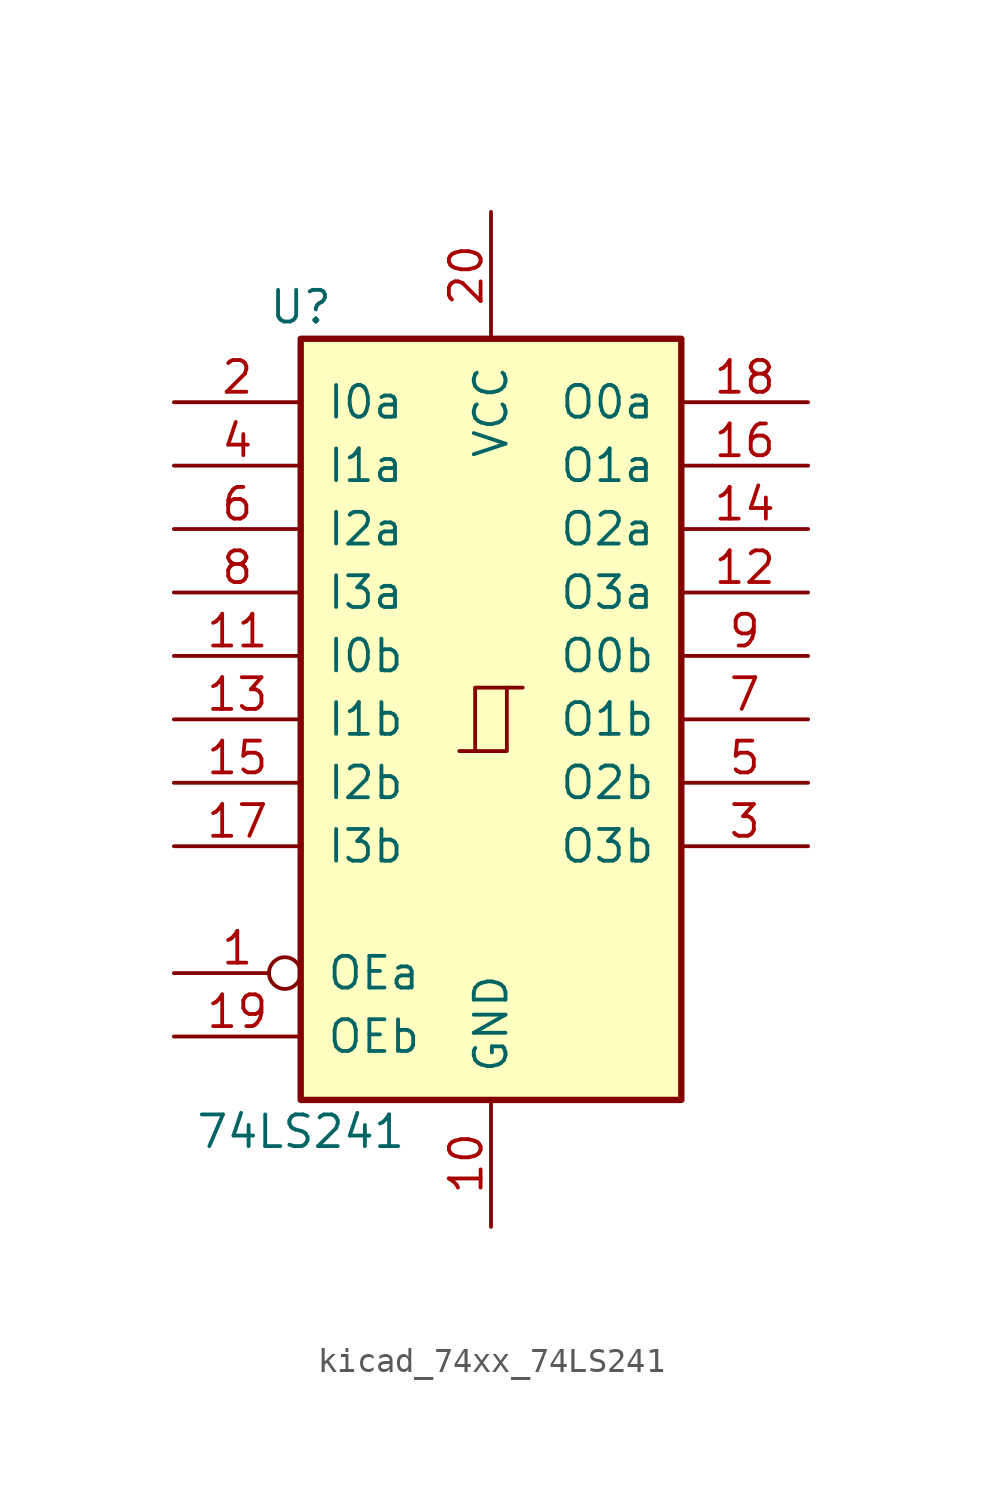
<source format=kicad_sym>
(kicad_symbol_lib
  (version 20220914)
  (generator kicad_symbol_editor)
  (symbol "kicad_74xx_74LS241"
    (pin_names
      (offset 1.016))
    (property "Reference" "U"
      (at -7.62 16.51 0)
      (effects (font (size 1.27 1.27))))
    (property "Value" "74LS241"
      (at -7.62 -16.51 0)
      (effects (font (size 1.27 1.27))))
    (symbol "kicad_74xx_74LS241_1_0"
      (polyline (pts (xy -0.635 -1.27) (xy -0.635 1.27) (xy 0.635 1.27)) (stroke (width 0) (type default)) (fill (type none)))
      (polyline (pts (xy -1.27 -1.27) (xy 0.635 -1.27) (xy 0.635 1.27) (xy 1.27 1.27)) (stroke (width 0) (type default)) (fill (type none)))
      (pin input inverted (at -12.7 -10.16 0) (length 5.08) (name "OEa" (effects (font (size 1.27 1.27)))) (number "1" (effects (font (size 1.27 1.27)))))
      (pin power_in line (at 0 -20.32 90) (length 5.08) (name "GND" (effects (font (size 1.27 1.27)))) (number "10" (effects (font (size 1.27 1.27)))))
      (pin input line (at -12.7 2.54 0) (length 5.08) (name "I0b" (effects (font (size 1.27 1.27)))) (number "11" (effects (font (size 1.27 1.27)))))
      (pin tri_state line (at 12.7 5.08 180) (length 5.08) (name "O3a" (effects (font (size 1.27 1.27)))) (number "12" (effects (font (size 1.27 1.27)))))
      (pin input line (at -12.7 0 0) (length 5.08) (name "I1b" (effects (font (size 1.27 1.27)))) (number "13" (effects (font (size 1.27 1.27)))))
      (pin tri_state line (at 12.7 7.62 180) (length 5.08) (name "O2a" (effects (font (size 1.27 1.27)))) (number "14" (effects (font (size 1.27 1.27)))))
      (pin input line (at -12.7 -2.54 0) (length 5.08) (name "I2b" (effects (font (size 1.27 1.27)))) (number "15" (effects (font (size 1.27 1.27)))))
      (pin tri_state line (at 12.7 10.16 180) (length 5.08) (name "O1a" (effects (font (size 1.27 1.27)))) (number "16" (effects (font (size 1.27 1.27)))))
      (pin input line (at -12.7 -5.08 0) (length 5.08) (name "I3b" (effects (font (size 1.27 1.27)))) (number "17" (effects (font (size 1.27 1.27)))))
      (pin tri_state line (at 12.7 12.7 180) (length 5.08) (name "O0a" (effects (font (size 1.27 1.27)))) (number "18" (effects (font (size 1.27 1.27)))))
      (pin input line (at -12.7 -12.7 0) (length 5.08) (name "OEb" (effects (font (size 1.27 1.27)))) (number "19" (effects (font (size 1.27 1.27)))))
      (pin input line (at -12.7 12.7 0) (length 5.08) (name "I0a" (effects (font (size 1.27 1.27)))) (number "2" (effects (font (size 1.27 1.27)))))
      (pin power_in line (at 0 20.32 270) (length 5.08) (name "VCC" (effects (font (size 1.27 1.27)))) (number "20" (effects (font (size 1.27 1.27)))))
      (pin tri_state line (at 12.7 -5.08 180) (length 5.08) (name "O3b" (effects (font (size 1.27 1.27)))) (number "3" (effects (font (size 1.27 1.27)))))
      (pin input line (at -12.7 10.16 0) (length 5.08) (name "I1a" (effects (font (size 1.27 1.27)))) (number "4" (effects (font (size 1.27 1.27)))))
      (pin tri_state line (at 12.7 -2.54 180) (length 5.08) (name "O2b" (effects (font (size 1.27 1.27)))) (number "5" (effects (font (size 1.27 1.27)))))
      (pin input line (at -12.7 7.62 0) (length 5.08) (name "I2a" (effects (font (size 1.27 1.27)))) (number "6" (effects (font (size 1.27 1.27)))))
      (pin tri_state line (at 12.7 0 180) (length 5.08) (name "O1b" (effects (font (size 1.27 1.27)))) (number "7" (effects (font (size 1.27 1.27)))))
      (pin input line (at -12.7 5.08 0) (length 5.08) (name "I3a" (effects (font (size 1.27 1.27)))) (number "8" (effects (font (size 1.27 1.27)))))
      (pin tri_state line (at 12.7 2.54 180) (length 5.08) (name "O0b" (effects (font (size 1.27 1.27)))) (number "9" (effects (font (size 1.27 1.27))))))
    (symbol "kicad_74xx_74LS241_1_1"
      (rectangle (start -7.62 15.24) (end 7.62 -15.24) (stroke (width 0.254) (type default)) (fill (type background))))))
</source>
